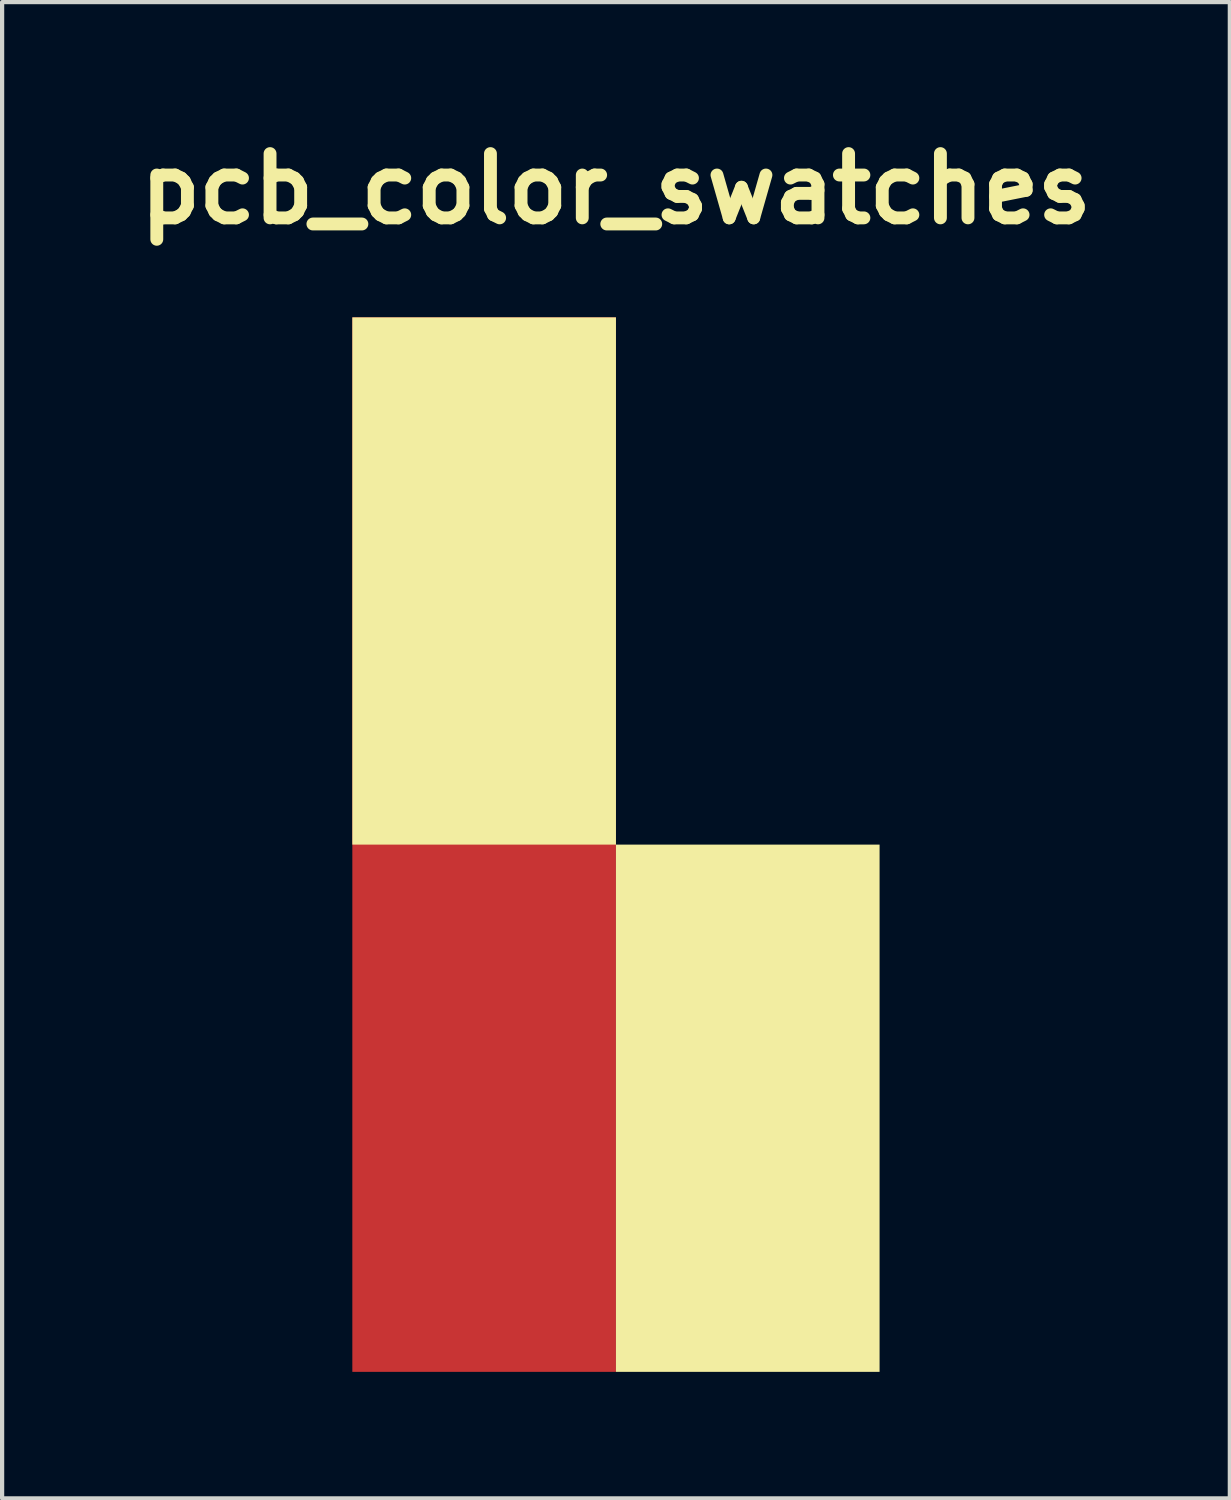
<source format=kicad_pcb>
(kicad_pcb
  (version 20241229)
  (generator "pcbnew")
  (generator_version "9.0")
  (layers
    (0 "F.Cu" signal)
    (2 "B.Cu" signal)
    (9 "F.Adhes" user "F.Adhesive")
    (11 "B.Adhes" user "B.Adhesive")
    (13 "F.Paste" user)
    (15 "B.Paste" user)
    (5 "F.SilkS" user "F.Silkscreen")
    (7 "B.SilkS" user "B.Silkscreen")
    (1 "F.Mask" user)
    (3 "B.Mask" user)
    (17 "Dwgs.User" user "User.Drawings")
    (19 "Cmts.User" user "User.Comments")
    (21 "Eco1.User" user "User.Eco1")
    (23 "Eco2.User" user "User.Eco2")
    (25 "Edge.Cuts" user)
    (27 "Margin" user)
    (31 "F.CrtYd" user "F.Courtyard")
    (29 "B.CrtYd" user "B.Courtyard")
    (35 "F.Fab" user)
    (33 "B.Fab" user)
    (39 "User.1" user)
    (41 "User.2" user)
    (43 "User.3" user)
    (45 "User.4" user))
  (footprint "pcb_color_swatches"
    (layer "F.Cu")
    (at 11.553 16.974)
    (property "Reference" "pcb_color_swatches" (at 0 -15.548 0) (layer "F.SilkS") (effects (font (size 1.524 1.524) (thickness 0.305))))
    (attr smd)
    (fp_poly (pts (xy -6.25 -12.5) (xy 0 -12.5) (xy 0 12.5) (xy -6.25 12.5) (xy -6.25 -12.5)) (stroke (width 0) (type solid)) (fill yes) (layer "F.Cu"))
    (fp_poly (pts (xy -6.25 -12.5) (xy 0 -12.5) (xy 0 -6.25) (xy -6.25 -6.25) (xy -6.25 -12.5)) (stroke (width 0) (type solid)) (fill yes) (layer "F.Mask"))
    (fp_poly (pts (xy -6.25 0.000002) (xy 0 0.000002) (xy 0 6.25) (xy -6.25 6.25) (xy -6.25 0.000002)) (stroke (width 0) (type solid)) (fill yes) (layer "F.Mask"))
    (fp_poly (pts (xy 0.000003 -6.25) (xy 6.25 -6.25) (xy 6.25 -0.000004) (xy 0.000003 -0.000004) (xy 0.000003 -6.25)) (stroke (width 0) (type solid)) (fill yes) (layer "F.Mask"))
    (fp_poly (pts (xy 0.000003 6.25) (xy 6.25 6.25) (xy 6.25 12.5) (xy 0.000003 12.5) (xy 0.000003 6.25)) (stroke (width 0) (type solid)) (fill yes) (layer "F.Mask"))
    (fp_poly (pts (xy -6.25 -12.5) (xy 0 -12.5) (xy 0 0) (xy -6.25 0) (xy -6.25 -12.5)) (stroke (width 0) (type solid)) (fill yes) (layer "F.SilkS"))
    (fp_poly (pts (xy 0.000003 -0.000001) (xy 6.25 -0.000001) (xy 6.25 12.5) (xy 0.000003 12.5) (xy 0.000003 -0.000001)) (stroke (width 0) (type solid)) (fill yes) (layer "F.SilkS")))
  (gr_rect
    (start -3 -3)
    (end 26.107 32.474)
    (stroke (width 0.1) (type default))
    (fill no)
    (layer "Edge.Cuts")))
</source>
